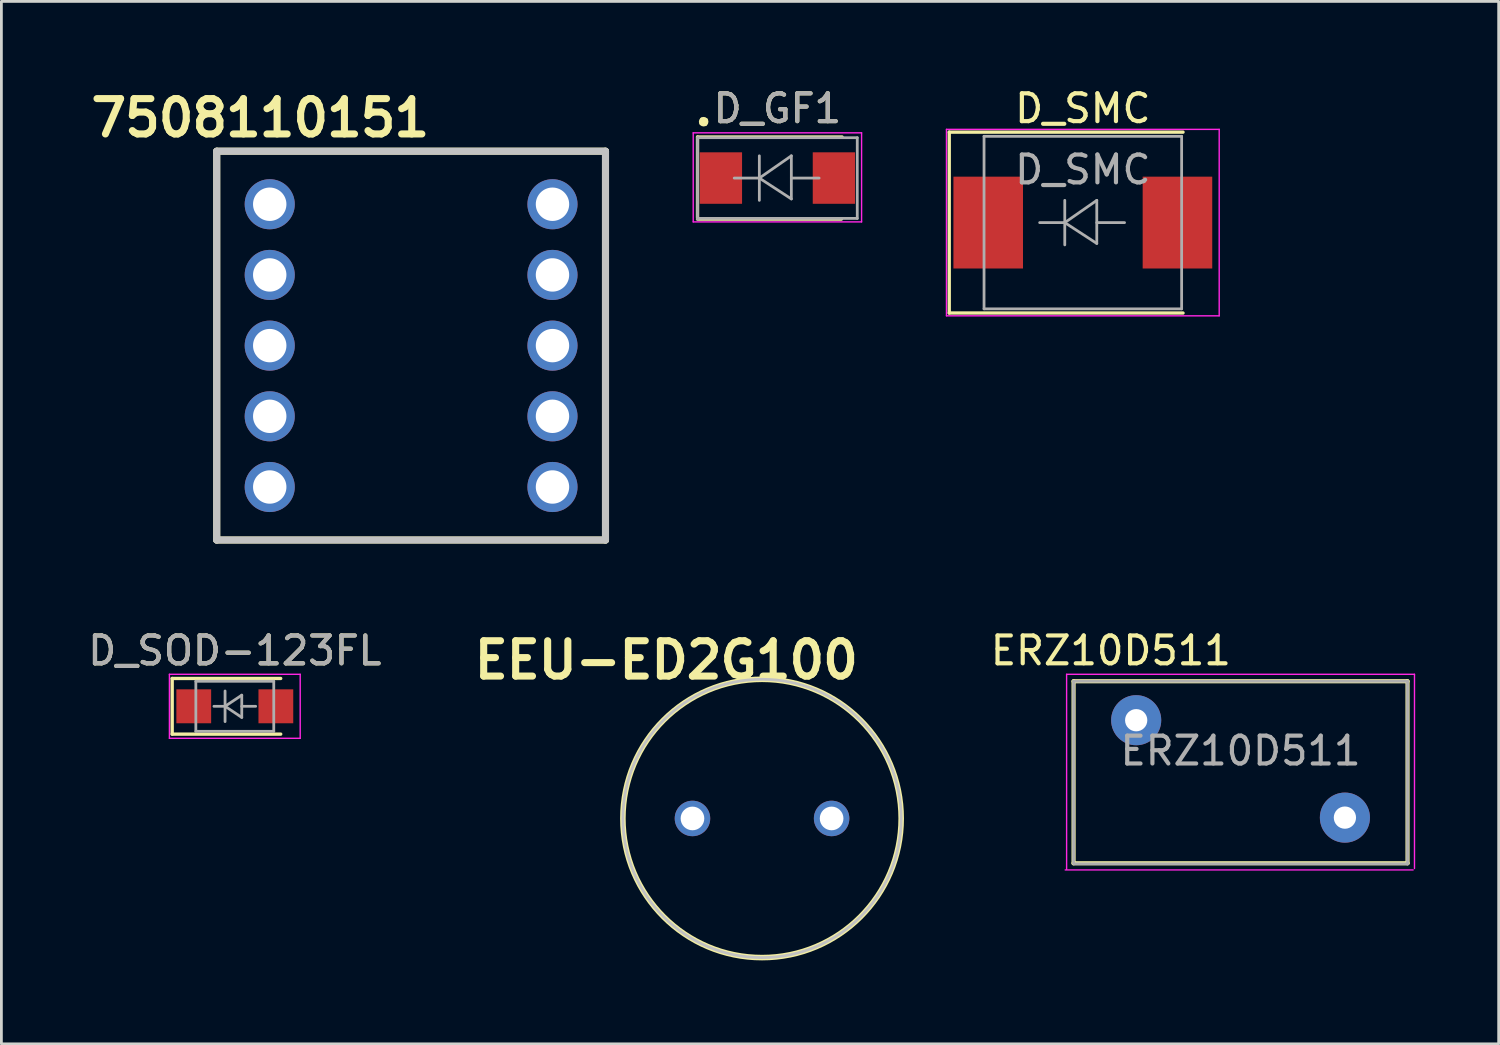
<source format=kicad_pcb>
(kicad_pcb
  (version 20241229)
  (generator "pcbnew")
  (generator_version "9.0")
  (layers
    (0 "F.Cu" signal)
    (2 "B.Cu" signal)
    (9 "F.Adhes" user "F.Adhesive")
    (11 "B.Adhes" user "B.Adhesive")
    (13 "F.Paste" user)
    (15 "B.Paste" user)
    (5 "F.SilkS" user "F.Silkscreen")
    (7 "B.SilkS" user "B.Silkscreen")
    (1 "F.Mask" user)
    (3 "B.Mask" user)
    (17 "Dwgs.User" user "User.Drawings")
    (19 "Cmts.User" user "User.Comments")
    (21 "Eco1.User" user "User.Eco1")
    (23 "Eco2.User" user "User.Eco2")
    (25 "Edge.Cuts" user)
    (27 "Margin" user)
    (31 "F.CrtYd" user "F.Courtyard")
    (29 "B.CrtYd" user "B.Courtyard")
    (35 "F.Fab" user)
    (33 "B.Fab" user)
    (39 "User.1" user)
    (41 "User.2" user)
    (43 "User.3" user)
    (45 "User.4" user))
  (footprint "D_SOD-123FL"
    (layer "F.Cu")
    (at 5.387 22.329)
    (property "Reference" "D_SOD-123FL" (at 0 -2 0) (layer "F.SilkS") (effects (font (size 1 1) (thickness 0.15))))
    (attr smd)
    (fp_line (start -2.25 -1) (end -2.25 1) (stroke (width 0.12) (type solid)) (layer "F.SilkS"))
    (fp_line (start -2.25 -1) (end 1.65 -1) (stroke (width 0.12) (type solid)) (layer "F.SilkS"))
    (fp_line (start -2.25 1) (end 1.65 1) (stroke (width 0.12) (type solid)) (layer "F.SilkS"))
    (fp_line (start -2.35 -1.15) (end -2.35 1.15) (stroke (width 0.05) (type solid)) (layer "F.CrtYd"))
    (fp_line (start -2.35 -1.15) (end 2.35 -1.15) (stroke (width 0.05) (type solid)) (layer "F.CrtYd"))
    (fp_line (start 2.35 -1.15) (end 2.35 1.15) (stroke (width 0.05) (type solid)) (layer "F.CrtYd"))
    (fp_line (start 2.35 1.15) (end -2.35 1.15) (stroke (width 0.05) (type solid)) (layer "F.CrtYd"))
    (fp_line (start -1.4 -0.9) (end 1.4 -0.9) (stroke (width 0.1) (type solid)) (layer "F.Fab"))
    (fp_line (start -1.4 0.9) (end -1.4 -0.9) (stroke (width 0.1) (type solid)) (layer "F.Fab"))
    (fp_line (start -0.75 0) (end -0.35 0) (stroke (width 0.1) (type solid)) (layer "F.Fab"))
    (fp_line (start -0.35 0) (end -0.35 -0.55) (stroke (width 0.1) (type solid)) (layer "F.Fab"))
    (fp_line (start -0.35 0) (end -0.35 0.55) (stroke (width 0.1) (type solid)) (layer "F.Fab"))
    (fp_line (start -0.35 0) (end 0.25 -0.4) (stroke (width 0.1) (type solid)) (layer "F.Fab"))
    (fp_line (start 0.25 -0.4) (end 0.25 0.4) (stroke (width 0.1) (type solid)) (layer "F.Fab"))
    (fp_line (start 0.25 0) (end 0.75 0) (stroke (width 0.1) (type solid)) (layer "F.Fab"))
    (fp_line (start 0.25 0.4) (end -0.35 0) (stroke (width 0.1) (type solid)) (layer "F.Fab"))
    (fp_line (start 1.4 -0.9) (end 1.4 0.9) (stroke (width 0.1) (type solid)) (layer "F.Fab"))
    (fp_line (start 1.4 0.9) (end -1.4 0.9) (stroke (width 0.1) (type solid)) (layer "F.Fab"))
    (fp_text user "${REFERENCE}" (at 0 -2 0) (layer "F.Fab") (effects (font (size 1 1) (thickness 0.15))))
    (pad "A" smd rect (at 1.475 0) (size 1.25 1.22) (layers "F.Cu" "F.Mask" "F.Paste"))
    (pad "K" smd rect (at -1.475 0) (size 1.25 1.22) (layers "F.Cu" "F.Mask" "F.Paste")))
  (footprint "D_GF1"
    (layer "F.Cu")
    (at 24.884 3.348)
    (property "Reference" "D_GF1" (at 0 -2.5 0) (layer "F.SilkS") (effects (font (size 1 1) (thickness 0.15))))
    (attr smd)
    (fp_line (start -2.87 -1.475) (end -2.87 1.425) (stroke (width 0.12) (type solid)) (layer "F.SilkS"))
    (fp_line (start -2.87 -1.475) (end 2.325 -1.475) (stroke (width 0.12) (type solid)) (layer "F.SilkS"))
    (fp_line (start -2.87 1.475) (end 2.3 1.475) (stroke (width 0.12) (type solid)) (layer "F.SilkS"))
    (fp_circle (center -2.65 -2.025) (end -2.6 -1.925) (stroke (width 0.12) (type solid)) (fill no) (layer "F.SilkS"))
    (fp_poly (pts (xy -2.725 -2.125) (xy -2.55 -2.1) (xy -2.575 -1.925) (xy -2.75 -1.95) (xy -2.725 -2.1)) (stroke (width 0.1) (type solid)) (fill yes) (layer "F.SilkS"))
    (fp_line (start -3.025 -1.625) (end 3.025 -1.625) (stroke (width 0.05) (type solid)) (layer "F.CrtYd"))
    (fp_line (start -3.025 1.575) (end -3.025 -1.625) (stroke (width 0.05) (type solid)) (layer "F.CrtYd"))
    (fp_line (start 3.025 -1.625) (end 3.025 1.575) (stroke (width 0.05) (type solid)) (layer "F.CrtYd"))
    (fp_line (start 3.025 1.575) (end -3.025 1.575) (stroke (width 0.05) (type solid)) (layer "F.CrtYd"))
    (fp_line (start -2.87 1.475) (end -2.87 -1.45) (stroke (width 0.1) (type solid)) (layer "F.Fab"))
    (fp_line (start -0.649 -0.799) (end -0.649 0.801) (stroke (width 0.1) (type solid)) (layer "F.Fab"))
    (fp_line (start -0.649 0.001) (end -1.551 0.001) (stroke (width 0.1) (type solid)) (layer "F.Fab"))
    (fp_line (start -0.649 0.001) (end 0.501 -0.799) (stroke (width 0.1) (type solid)) (layer "F.Fab"))
    (fp_line (start -0.649 0.001) (end 0.501 0.75) (stroke (width 0.1) (type solid)) (layer "F.Fab"))
    (fp_line (start 0.501 0.001) (end 1.499 0.001) (stroke (width 0.1) (type solid)) (layer "F.Fab"))
    (fp_line (start 0.501 0.75) (end 0.501 -0.799) (stroke (width 0.1) (type solid)) (layer "F.Fab"))
    (fp_line (start 2.87 -1.45) (end -2.87 -1.45) (stroke (width 0.1) (type solid)) (layer "F.Fab"))
    (fp_line (start 2.87 -1.45) (end 2.87 1.45) (stroke (width 0.1) (type solid)) (layer "F.Fab"))
    (fp_line (start 2.87 1.45) (end -2.87 1.45) (stroke (width 0.1) (type solid)) (layer "F.Fab"))
    (fp_text user "${REFERENCE}" (at 0 -2.5 0) (layer "F.Fab") (effects (font (size 1 1) (thickness 0.15))))
    (pad "A" smd rect (at 2.03 0) (size 1.52 1.85) (layers "F.Cu" "F.Mask" "F.Paste"))
    (pad "K" smd rect (at -2.03 0) (size 1.52 1.85) (layers "F.Cu" "F.Mask" "F.Paste")))
  (footprint "D_SMC"
    (layer "F.Cu")
    (at 35.859 4.948)
    (property "Reference" "D_SMC" (at 0 -4.1 0) (layer "F.SilkS") (effects (font (size 1 1) (thickness 0.15))))
    (attr smd)
    (fp_line (start -4.8 -3.25) (end 3.6 -3.25) (stroke (width 0.12) (type solid)) (layer "F.SilkS"))
    (fp_line (start -4.8 3.25) (end -4.8 -3.25) (stroke (width 0.12) (type solid)) (layer "F.SilkS"))
    (fp_line (start -4.8 3.25) (end 3.6 3.25) (stroke (width 0.12) (type solid)) (layer "F.SilkS"))
    (fp_line (start -4.9 -3.35) (end 4.9 -3.35) (stroke (width 0.05) (type solid)) (layer "F.CrtYd"))
    (fp_line (start -4.9 3.35) (end -4.9 -3.35) (stroke (width 0.05) (type solid)) (layer "F.CrtYd"))
    (fp_line (start 4.9 -3.35) (end 4.9 3.35) (stroke (width 0.05) (type solid)) (layer "F.CrtYd"))
    (fp_line (start 4.9 3.35) (end -4.9 3.35) (stroke (width 0.05) (type solid)) (layer "F.CrtYd"))
    (fp_line (start -3.55 3.1) (end -3.55 -3.1) (stroke (width 0.1) (type solid)) (layer "F.Fab"))
    (fp_line (start -0.649 -0.799) (end -0.649 0.801) (stroke (width 0.1) (type solid)) (layer "F.Fab"))
    (fp_line (start -0.649 0.001) (end -1.551 0.001) (stroke (width 0.1) (type solid)) (layer "F.Fab"))
    (fp_line (start -0.649 0.001) (end 0.501 -0.799) (stroke (width 0.1) (type solid)) (layer "F.Fab"))
    (fp_line (start -0.649 0.001) (end 0.501 0.75) (stroke (width 0.1) (type solid)) (layer "F.Fab"))
    (fp_line (start 0.501 0.001) (end 1.499 0.001) (stroke (width 0.1) (type solid)) (layer "F.Fab"))
    (fp_line (start 0.501 0.75) (end 0.501 -0.799) (stroke (width 0.1) (type solid)) (layer "F.Fab"))
    (fp_line (start 3.55 -3.1) (end -3.55 -3.1) (stroke (width 0.1) (type solid)) (layer "F.Fab"))
    (fp_line (start 3.55 -3.1) (end 3.55 3.1) (stroke (width 0.1) (type solid)) (layer "F.Fab"))
    (fp_line (start 3.55 3.1) (end -3.55 3.1) (stroke (width 0.1) (type solid)) (layer "F.Fab"))
    (fp_text user "${REFERENCE}" (at 0 -1.9 0) (layer "F.Fab") (effects (font (size 1 1) (thickness 0.15))))
    (pad "A" smd rect (at 3.4 0 90) (size 3.3 2.5) (layers "F.Cu" "F.Mask" "F.Paste"))
    (pad "K" smd rect (at -3.4 0 90) (size 3.3 2.5) (layers "F.Cu" "F.Mask" "F.Paste")))
  (footprint "ERZ10D511"
    (layer "F.Cu")
    (at 37.776 22.829)
    (property "Reference" "ERZ10D511" (at -0.91 -2.5 0) (layer "F.SilkS") (effects (font (size 1 1) (thickness 0.15))))
    (attr through_hole)
    (fp_line (start -2.25 -1.4) (end -2.25 5.14) (stroke (width 0.15) (type solid)) (layer "F.SilkS"))
    (fp_line (start -2.25 -1.4) (end 9.75 -1.4) (stroke (width 0.15) (type solid)) (layer "F.SilkS"))
    (fp_line (start -2.25 5.14) (end 9.75 5.14) (stroke (width 0.15) (type solid)) (layer "F.SilkS"))
    (fp_line (start 9.75 -1.4) (end 9.75 5.14) (stroke (width 0.15) (type solid)) (layer "F.SilkS"))
    (fp_line (start -2.55 5.38) (end 9.95 5.38) (stroke (width 0.05) (type solid)) (layer "F.CrtYd"))
    (fp_line (start -2.5 -1.65) (end -2.5 5.36) (stroke (width 0.05) (type solid)) (layer "F.CrtYd"))
    (fp_line (start -2.5 -1.65) (end 10 -1.65) (stroke (width 0.05) (type solid)) (layer "F.CrtYd"))
    (fp_line (start 10 -1.65) (end 10 5.33) (stroke (width 0.05) (type solid)) (layer "F.CrtYd"))
    (fp_line (start -2.25 -1.4) (end -2.25 5.14) (stroke (width 0.1) (type solid)) (layer "F.Fab"))
    (fp_line (start -2.25 -1.4) (end 9.75 -1.4) (stroke (width 0.1) (type solid)) (layer "F.Fab"))
    (fp_line (start -2.24 5.16) (end 9.76 5.16) (stroke (width 0.1) (type solid)) (layer "F.Fab"))
    (fp_line (start 9.75 -1.4) (end 9.75 5.14) (stroke (width 0.1) (type solid)) (layer "F.Fab"))
    (fp_text user "${REFERENCE}" (at 3.75 1.1 0) (layer "F.Fab") (effects (font (size 1 1) (thickness 0.15))))
    (pad "1" thru_hole circle (at 0 0) (size 1.8 1.8) (drill 0.8) (layers "*.Cu" "*.Mask"))
    (pad "2" thru_hole circle (at 7.5 3.5) (size 1.8 1.8) (drill 0.8) (layers "*.Cu" "*.Mask")))
  (footprint "EEU-ED2G100"
    (layer "F.Cu")
    (at 21.832 26.359)
    (property "Reference" "EEU-ED2G100" (at -0.94 -5.69 0) (layer "F.SilkS") (effects (font (size 1.27 1.27) (thickness 0.254))))
    (attr through_hole)
    (fp_circle (center 2.5 0) (end 2.5 5) (stroke (width 0.2) (type solid)) (fill no) (layer "F.SilkS"))
    (fp_circle (center 2.5 0) (end 2.5 5) (stroke (width 0.1) (type solid)) (fill no) (layer "Dwgs.User"))
    (pad "1" thru_hole circle (at 0 0) (size 1.275 1.275) (drill 0.85) (layers "*.Cu" "*.Mask"))
    (pad "2" thru_hole circle (at 5 0) (size 1.275 1.275) (drill 0.85) (layers "*.Cu" "*.Mask")))
  (footprint "7508110151"
    (layer "F.Cu")
    (at 11.722 9.369)
    (property "Reference" "7508110151" (at -5.42 -8.18 0) (layer "F.SilkS") (effects (font (size 1.27 1.27) (thickness 0.254))))
    (attr through_hole)
    (fp_line (start -6.985 -6.985) (end 6.985 -6.985) (stroke (width 0.254) (type solid)) (layer "F.SilkS"))
    (fp_line (start -6.985 6.985) (end -6.985 -6.985) (stroke (width 0.254) (type solid)) (layer "F.SilkS"))
    (fp_line (start 6.985 -6.985) (end 6.985 6.985) (stroke (width 0.254) (type solid)) (layer "F.SilkS"))
    (fp_line (start 6.985 6.985) (end -6.985 6.985) (stroke (width 0.254) (type solid)) (layer "F.SilkS"))
    (fp_line (start -6.985 -6.985) (end 6.985 -6.985) (stroke (width 0.254) (type solid)) (layer "Dwgs.User"))
    (fp_line (start -6.985 6.985) (end -6.985 -6.985) (stroke (width 0.254) (type solid)) (layer "Dwgs.User"))
    (fp_line (start 6.985 -6.985) (end 6.985 6.985) (stroke (width 0.254) (type solid)) (layer "Dwgs.User"))
    (fp_line (start 6.985 6.985) (end -6.985 6.985) (stroke (width 0.254) (type solid)) (layer "Dwgs.User"))
    (pad "1" thru_hole circle (at -5.08 5.08) (size 1.8 1.8) (drill 1.2) (layers "*.Cu" "*.Mask"))
    (pad "2" thru_hole circle (at -5.08 2.54) (size 1.8 1.8) (drill 1.2) (layers "*.Cu" "*.Mask"))
    (pad "3" thru_hole circle (at -5.08 0) (size 1.8 1.8) (drill 1.2) (layers "*.Cu" "*.Mask"))
    (pad "4" thru_hole circle (at -5.08 -2.54) (size 1.8 1.8) (drill 1.2) (layers "*.Cu" "*.Mask"))
    (pad "5" thru_hole circle (at -5.08 -5.08) (size 1.8 1.8) (drill 1.2) (layers "*.Cu" "*.Mask"))
    (pad "6" thru_hole circle (at 5.08 -5.08) (size 1.8 1.8) (drill 1.2) (layers "*.Cu" "*.Mask"))
    (pad "7" thru_hole circle (at 5.08 -2.54) (size 1.8 1.8) (drill 1.2) (layers "*.Cu" "*.Mask"))
    (pad "8" thru_hole circle (at 5.08 0) (size 1.8 1.8) (drill 1.2) (layers "*.Cu" "*.Mask"))
    (pad "9" thru_hole circle (at 5.08 2.54) (size 1.8 1.8) (drill 1.2) (layers "*.Cu" "*.Mask"))
    (pad "10" thru_hole circle (at 5.08 5.08) (size 1.8 1.8) (drill 1.2) (layers "*.Cu" "*.Mask")))
  (gr_rect
    (start -3 -3)
    (end 50.801 34.459)
    (stroke (width 0.1) (type default))
    (fill no)
    (layer "Edge.Cuts")))
</source>
